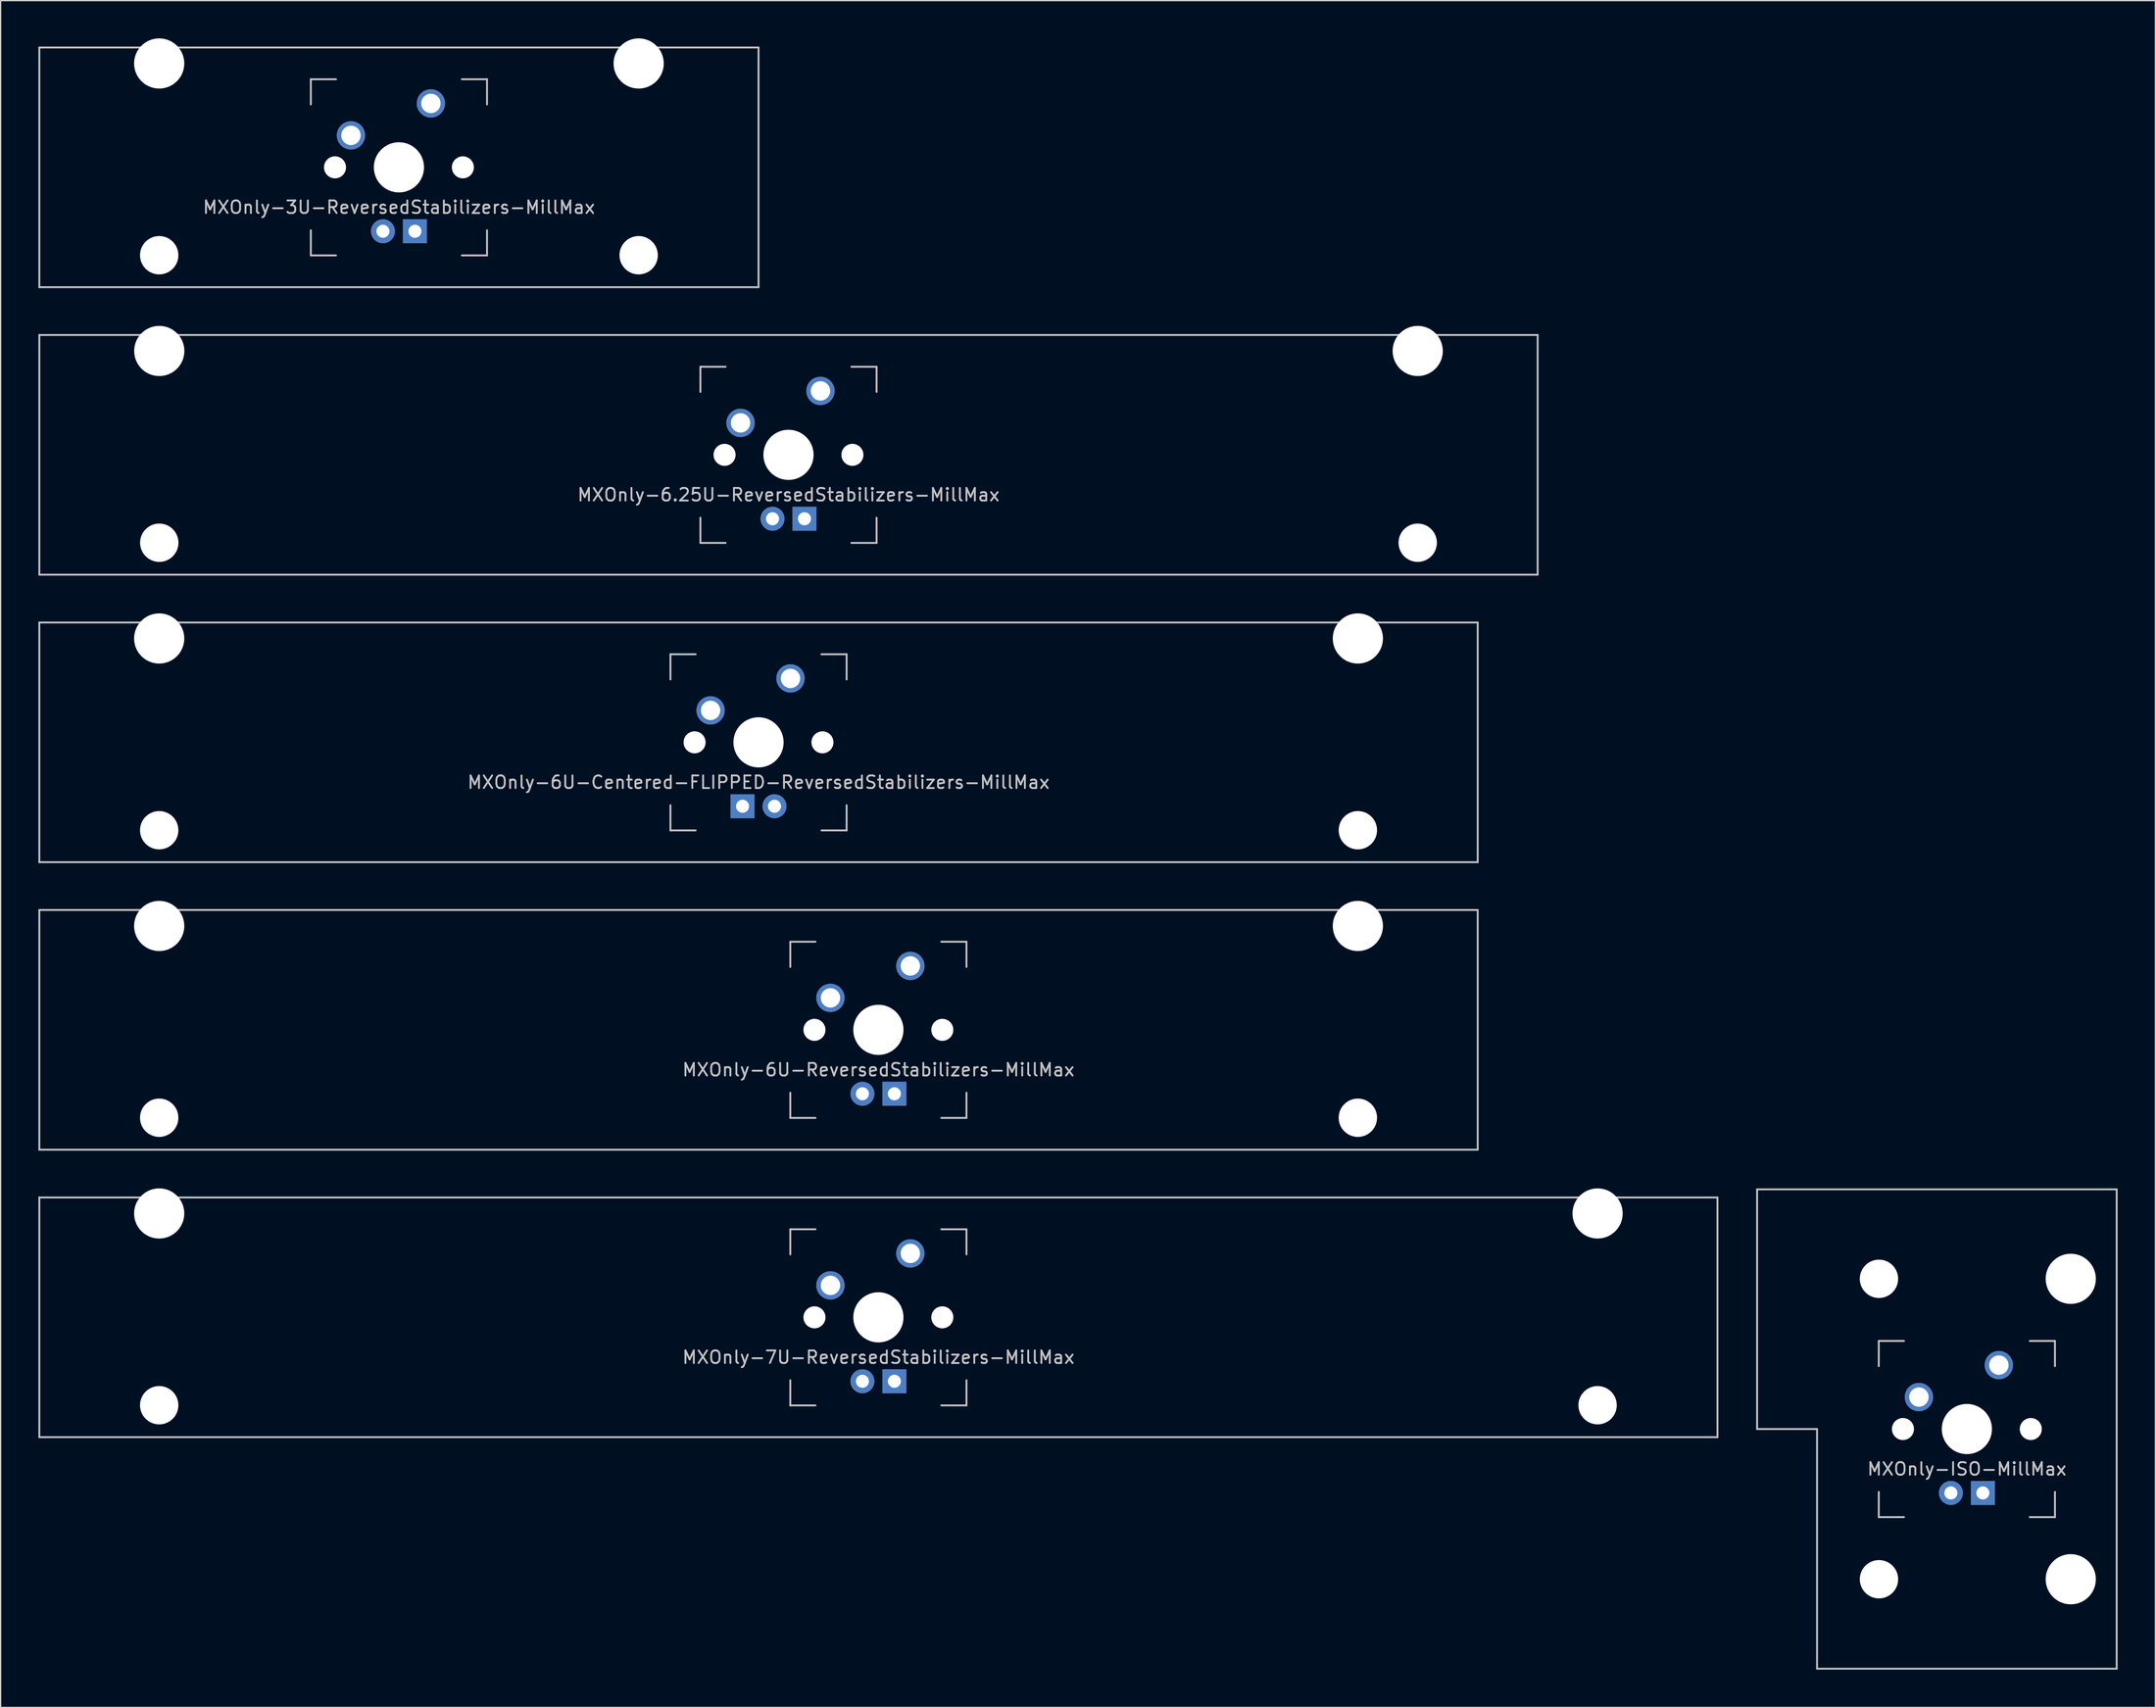
<source format=kicad_pcb>
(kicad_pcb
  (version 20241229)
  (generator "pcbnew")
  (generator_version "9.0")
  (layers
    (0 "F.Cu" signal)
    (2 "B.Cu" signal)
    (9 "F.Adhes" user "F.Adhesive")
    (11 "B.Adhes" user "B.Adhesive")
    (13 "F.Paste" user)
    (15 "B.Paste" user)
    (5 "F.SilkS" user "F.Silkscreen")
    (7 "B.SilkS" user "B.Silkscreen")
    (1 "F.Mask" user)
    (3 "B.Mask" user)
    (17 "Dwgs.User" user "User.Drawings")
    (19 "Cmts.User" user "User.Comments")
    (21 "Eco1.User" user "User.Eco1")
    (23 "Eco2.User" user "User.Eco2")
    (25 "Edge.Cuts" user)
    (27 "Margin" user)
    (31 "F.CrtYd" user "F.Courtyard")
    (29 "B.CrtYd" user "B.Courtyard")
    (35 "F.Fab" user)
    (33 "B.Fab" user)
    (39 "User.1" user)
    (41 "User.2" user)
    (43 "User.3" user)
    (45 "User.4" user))
  (footprint "MXOnly-6U-Centered-FLIPPED-ReversedStabilizers-MillMax"
    (layer "F.Cu")
    (at 57.225 55.947)
    (property "Reference" "MXOnly-6U-Centered-FLIPPED-ReversedStabilizers-MillMax" (at 0 3.175 0) (layer "Dwgs.User") (effects (font (size 1 1) (thickness 0.15))))
    (attr through_hole)
    (fp_line (start -57.15 -9.525) (end 57.15 -9.525) (stroke (width 0.15) (type solid)) (layer "Dwgs.User"))
    (fp_line (start -57.15 9.525) (end -57.15 -9.525) (stroke (width 0.15) (type solid)) (layer "Dwgs.User"))
    (fp_line (start -57.15 9.525) (end 57.15 9.525) (stroke (width 0.15) (type solid)) (layer "Dwgs.User"))
    (fp_line (start -7 -7) (end -7 -5) (stroke (width 0.15) (type solid)) (layer "Dwgs.User"))
    (fp_line (start -7 5) (end -7 7) (stroke (width 0.15) (type solid)) (layer "Dwgs.User"))
    (fp_line (start -7 7) (end -5 7) (stroke (width 0.15) (type solid)) (layer "Dwgs.User"))
    (fp_line (start -5 -7) (end -7 -7) (stroke (width 0.15) (type solid)) (layer "Dwgs.User"))
    (fp_line (start 5 -7) (end 7 -7) (stroke (width 0.15) (type solid)) (layer "Dwgs.User"))
    (fp_line (start 5 7) (end 7 7) (stroke (width 0.15) (type solid)) (layer "Dwgs.User"))
    (fp_line (start 7 -7) (end 7 -5) (stroke (width 0.15) (type solid)) (layer "Dwgs.User"))
    (fp_line (start 7 7) (end 7 5) (stroke (width 0.15) (type solid)) (layer "Dwgs.User"))
    (fp_line (start 57.15 -9.525) (end 57.15 9.525) (stroke (width 0.15) (type solid)) (layer "Dwgs.User"))
    (pad "" np_thru_hole circle (at -47.625 -8.255) (size 3.988 3.988) (drill 3.988) (layers "*.Cu" "*.Mask"))
    (pad "" np_thru_hole circle (at -47.625 6.985) (size 3.048 3.048) (drill 3.048) (layers "*.Cu" "*.Mask"))
    (pad "" np_thru_hole circle (at -5.08 0 48.1) (size 1.75 1.75) (drill 1.75) (layers "*.Cu" "*.Mask"))
    (pad "" np_thru_hole circle (at 0 0) (size 3.988 3.988) (drill 3.988) (layers "*.Cu" "*.Mask"))
    (pad "" np_thru_hole circle (at 5.08 0 48.1) (size 1.75 1.75) (drill 1.75) (layers "*.Cu" "*.Mask"))
    (pad "" np_thru_hole circle (at 47.625 -8.255) (size 3.988 3.988) (drill 3.988) (layers "*.Cu" "*.Mask"))
    (pad "" np_thru_hole circle (at 47.625 6.985) (size 3.048 3.048) (drill 3.048) (layers "*.Cu" "*.Mask"))
    (pad "1" thru_hole circle (at -3.81 -2.54) (size 2.25 2.25) (drill 1.54) (layers "*.Cu" "B.Mask"))
    (pad "2" thru_hole circle (at 2.54 -5.08) (size 2.25 2.25) (drill 1.54) (layers "*.Cu" "B.Mask"))
    (pad "3" thru_hole circle (at 1.27 5.08) (size 1.905 1.905) (drill 1.04) (layers "*.Cu" "B.Mask"))
    (pad "4" thru_hole rect (at -1.27 5.08) (size 1.905 1.905) (drill 1.04) (layers "*.Cu" "B.Mask")))
  (footprint "MXOnly-3U-ReversedStabilizers-MillMax"
    (layer "F.Cu")
    (at 28.65 10.249)
    (property "Reference" "MXOnly-3U-ReversedStabilizers-MillMax" (at 0 3.175 0) (layer "Dwgs.User") (effects (font (size 1 1) (thickness 0.15))))
    (attr through_hole)
    (fp_line (start -28.575 -9.525) (end 28.575 -9.525) (stroke (width 0.15) (type solid)) (layer "Dwgs.User"))
    (fp_line (start -28.575 9.525) (end -28.575 -9.525) (stroke (width 0.15) (type solid)) (layer "Dwgs.User"))
    (fp_line (start -28.575 9.525) (end 28.575 9.525) (stroke (width 0.15) (type solid)) (layer "Dwgs.User"))
    (fp_line (start -7 -7) (end -7 -5) (stroke (width 0.15) (type solid)) (layer "Dwgs.User"))
    (fp_line (start -7 5) (end -7 7) (stroke (width 0.15) (type solid)) (layer "Dwgs.User"))
    (fp_line (start -7 7) (end -5 7) (stroke (width 0.15) (type solid)) (layer "Dwgs.User"))
    (fp_line (start -5 -7) (end -7 -7) (stroke (width 0.15) (type solid)) (layer "Dwgs.User"))
    (fp_line (start 5 -7) (end 7 -7) (stroke (width 0.15) (type solid)) (layer "Dwgs.User"))
    (fp_line (start 5 7) (end 7 7) (stroke (width 0.15) (type solid)) (layer "Dwgs.User"))
    (fp_line (start 7 -7) (end 7 -5) (stroke (width 0.15) (type solid)) (layer "Dwgs.User"))
    (fp_line (start 7 7) (end 7 5) (stroke (width 0.15) (type solid)) (layer "Dwgs.User"))
    (fp_line (start 28.575 -9.525) (end 28.575 9.525) (stroke (width 0.15) (type solid)) (layer "Dwgs.User"))
    (pad "" np_thru_hole circle (at -19.05 -8.255) (size 3.988 3.988) (drill 3.988) (layers "*.Cu" "*.Mask"))
    (pad "" np_thru_hole circle (at -19.05 6.985) (size 3.048 3.048) (drill 3.048) (layers "*.Cu" "*.Mask"))
    (pad "" np_thru_hole circle (at -5.08 0 48.1) (size 1.75 1.75) (drill 1.75) (layers "*.Cu" "*.Mask"))
    (pad "" np_thru_hole circle (at 0 0) (size 3.988 3.988) (drill 3.988) (layers "*.Cu" "*.Mask"))
    (pad "" np_thru_hole circle (at 5.08 0 48.1) (size 1.75 1.75) (drill 1.75) (layers "*.Cu" "*.Mask"))
    (pad "" np_thru_hole circle (at 19.05 -8.255) (size 3.988 3.988) (drill 3.988) (layers "*.Cu" "*.Mask"))
    (pad "" np_thru_hole circle (at 19.05 6.985) (size 3.048 3.048) (drill 3.048) (layers "*.Cu" "*.Mask"))
    (pad "1" thru_hole circle (at -3.81 -2.54 48.1) (size 2.25 2.25) (drill 1.54) (layers "*.Cu" "B.Mask"))
    (pad "2" thru_hole circle (at 2.54 -5.08) (size 2.25 2.25) (drill 1.54) (layers "*.Cu" "B.Mask"))
    (pad "3" thru_hole circle (at -1.27 5.08) (size 1.905 1.905) (drill 1.04) (layers "*.Cu" "B.Mask"))
    (pad "4" thru_hole rect (at 1.27 5.08) (size 1.905 1.905) (drill 1.04) (layers "*.Cu" "B.Mask")))
  (footprint "MXOnly-ISO-MillMax"
    (layer "F.Cu")
    (at 153.244 110.521)
    (property "Reference" "MXOnly-ISO-MillMax" (at 0 3.175 0) (layer "Dwgs.User") (effects (font (size 1 1) (thickness 0.15))))
    (attr through_hole)
    (fp_line (start -16.669 -19.05) (end -16.669 0) (stroke (width 0.15) (type solid)) (layer "Dwgs.User"))
    (fp_line (start -16.669 -19.05) (end 11.906 -19.05) (stroke (width 0.15) (type solid)) (layer "Dwgs.User"))
    (fp_line (start -11.906 0) (end -16.669 0) (stroke (width 0.15) (type solid)) (layer "Dwgs.User"))
    (fp_line (start -11.906 19.05) (end -11.906 0) (stroke (width 0.15) (type solid)) (layer "Dwgs.User"))
    (fp_line (start -11.906 19.05) (end 11.906 19.05) (stroke (width 0.15) (type solid)) (layer "Dwgs.User"))
    (fp_line (start -7 -7) (end -7 -5) (stroke (width 0.15) (type solid)) (layer "Dwgs.User"))
    (fp_line (start -7 5) (end -7 7) (stroke (width 0.15) (type solid)) (layer "Dwgs.User"))
    (fp_line (start -7 7) (end -5 7) (stroke (width 0.15) (type solid)) (layer "Dwgs.User"))
    (fp_line (start -5 -7) (end -7 -7) (stroke (width 0.15) (type solid)) (layer "Dwgs.User"))
    (fp_line (start 5 -7) (end 7 -7) (stroke (width 0.15) (type solid)) (layer "Dwgs.User"))
    (fp_line (start 5 7) (end 7 7) (stroke (width 0.15) (type solid)) (layer "Dwgs.User"))
    (fp_line (start 7 -7) (end 7 -5) (stroke (width 0.15) (type solid)) (layer "Dwgs.User"))
    (fp_line (start 7 7) (end 7 5) (stroke (width 0.15) (type solid)) (layer "Dwgs.User"))
    (fp_line (start 11.906 -19.05) (end 11.906 19.05) (stroke (width 0.15) (type solid)) (layer "Dwgs.User"))
    (pad "" np_thru_hole circle (at -6.985 -11.938) (size 3.048 3.048) (drill 3.048) (layers "*.Cu" "*.Mask"))
    (pad "" np_thru_hole circle (at -6.985 11.938) (size 3.048 3.048) (drill 3.048) (layers "*.Cu" "*.Mask"))
    (pad "" np_thru_hole circle (at -5.08 0 48.1) (size 1.75 1.75) (drill 1.75) (layers "*.Cu" "*.Mask"))
    (pad "" np_thru_hole circle (at 0 0) (size 3.988 3.988) (drill 3.988) (layers "*.Cu" "*.Mask"))
    (pad "" np_thru_hole circle (at 5.08 0 48.1) (size 1.75 1.75) (drill 1.75) (layers "*.Cu" "*.Mask"))
    (pad "" np_thru_hole circle (at 8.255 -11.938) (size 3.988 3.988) (drill 3.988) (layers "*.Cu" "*.Mask"))
    (pad "" np_thru_hole circle (at 8.255 11.938) (size 3.988 3.988) (drill 3.988) (layers "*.Cu" "*.Mask"))
    (pad "1" thru_hole circle (at -3.81 -2.54) (size 2.25 2.25) (drill 1.54) (layers "*.Cu" "B.Mask"))
    (pad "2" thru_hole circle (at 2.54 -5.08) (size 2.25 2.25) (drill 1.54) (layers "*.Cu" "B.Mask"))
    (pad "3" thru_hole circle (at -1.27 5.08) (size 1.905 1.905) (drill 1.04) (layers "*.Cu" "B.Mask"))
    (pad "4" thru_hole rect (at 1.27 5.08) (size 1.905 1.905) (drill 1.04) (layers "*.Cu" "B.Mask")))
  (footprint "MXOnly-6U-ReversedStabilizers-MillMax"
    (layer "F.Cu")
    (at 57.225 78.796)
    (property "Reference" "MXOnly-6U-ReversedStabilizers-MillMax" (at 9.525 3.175 0) (layer "Dwgs.User") (effects (font (size 1 1) (thickness 0.15))))
    (attr through_hole)
    (fp_line (start -57.15 -9.525) (end 57.15 -9.525) (stroke (width 0.15) (type solid)) (layer "Dwgs.User"))
    (fp_line (start -57.15 9.525) (end -57.15 -9.525) (stroke (width 0.15) (type solid)) (layer "Dwgs.User"))
    (fp_line (start -57.15 9.525) (end 57.15 9.525) (stroke (width 0.15) (type solid)) (layer "Dwgs.User"))
    (fp_line (start 2.525 -7) (end 2.525 -5) (stroke (width 0.15) (type solid)) (layer "Dwgs.User"))
    (fp_line (start 2.525 5) (end 2.525 7) (stroke (width 0.15) (type solid)) (layer "Dwgs.User"))
    (fp_line (start 2.525 7) (end 4.525 7) (stroke (width 0.15) (type solid)) (layer "Dwgs.User"))
    (fp_line (start 4.525 -7) (end 2.525 -7) (stroke (width 0.15) (type solid)) (layer "Dwgs.User"))
    (fp_line (start 14.525 -7) (end 16.525 -7) (stroke (width 0.15) (type solid)) (layer "Dwgs.User"))
    (fp_line (start 14.525 7) (end 16.525 7) (stroke (width 0.15) (type solid)) (layer "Dwgs.User"))
    (fp_line (start 16.525 -7) (end 16.525 -5) (stroke (width 0.15) (type solid)) (layer "Dwgs.User"))
    (fp_line (start 16.525 7) (end 16.525 5) (stroke (width 0.15) (type solid)) (layer "Dwgs.User"))
    (fp_line (start 57.15 -9.525) (end 57.15 9.525) (stroke (width 0.15) (type solid)) (layer "Dwgs.User"))
    (pad "" np_thru_hole circle (at -47.625 -8.255) (size 3.988 3.988) (drill 3.988) (layers "*.Cu" "*.Mask"))
    (pad "" np_thru_hole circle (at -47.625 6.985) (size 3.048 3.048) (drill 3.048) (layers "*.Cu" "*.Mask"))
    (pad "" np_thru_hole circle (at 4.445 0 48.1) (size 1.75 1.75) (drill 1.75) (layers "*.Cu" "*.Mask"))
    (pad "" np_thru_hole circle (at 9.525 0) (size 3.988 3.988) (drill 3.988) (layers "*.Cu" "*.Mask"))
    (pad "" np_thru_hole circle (at 14.605 0 48.1) (size 1.75 1.75) (drill 1.75) (layers "*.Cu" "*.Mask"))
    (pad "" np_thru_hole circle (at 47.625 -8.255) (size 3.988 3.988) (drill 3.988) (layers "*.Cu" "*.Mask"))
    (pad "" np_thru_hole circle (at 47.625 6.985) (size 3.048 3.048) (drill 3.048) (layers "*.Cu" "*.Mask"))
    (pad "1" thru_hole circle (at 5.715 -2.54) (size 2.25 2.25) (drill 1.54) (layers "*.Cu" "B.Mask"))
    (pad "2" thru_hole circle (at 12.065 -5.08) (size 2.25 2.25) (drill 1.54) (layers "*.Cu" "B.Mask"))
    (pad "3" thru_hole circle (at 8.255 5.08) (size 1.905 1.905) (drill 1.04) (layers "*.Cu" "B.Mask"))
    (pad "4" thru_hole rect (at 10.795 5.08) (size 1.905 1.905) (drill 1.04) (layers "*.Cu" "B.Mask")))
  (footprint "MXOnly-6.25U-ReversedStabilizers-MillMax"
    (layer "F.Cu")
    (at 59.606 33.098)
    (property "Reference" "MXOnly-6.25U-ReversedStabilizers-MillMax" (at 0 3.175 0) (layer "Dwgs.User") (effects (font (size 1 1) (thickness 0.15))))
    (attr through_hole)
    (fp_line (start -59.531 -9.525) (end 59.531 -9.525) (stroke (width 0.15) (type solid)) (layer "Dwgs.User"))
    (fp_line (start -59.531 9.525) (end -59.531 -9.525) (stroke (width 0.15) (type solid)) (layer "Dwgs.User"))
    (fp_line (start -59.531 9.525) (end 59.531 9.525) (stroke (width 0.15) (type solid)) (layer "Dwgs.User"))
    (fp_line (start -7 -7) (end -7 -5) (stroke (width 0.15) (type solid)) (layer "Dwgs.User"))
    (fp_line (start -7 5) (end -7 7) (stroke (width 0.15) (type solid)) (layer "Dwgs.User"))
    (fp_line (start -7 7) (end -5 7) (stroke (width 0.15) (type solid)) (layer "Dwgs.User"))
    (fp_line (start -5 -7) (end -7 -7) (stroke (width 0.15) (type solid)) (layer "Dwgs.User"))
    (fp_line (start 5 -7) (end 7 -7) (stroke (width 0.15) (type solid)) (layer "Dwgs.User"))
    (fp_line (start 5 7) (end 7 7) (stroke (width 0.15) (type solid)) (layer "Dwgs.User"))
    (fp_line (start 7 -7) (end 7 -5) (stroke (width 0.15) (type solid)) (layer "Dwgs.User"))
    (fp_line (start 7 7) (end 7 5) (stroke (width 0.15) (type solid)) (layer "Dwgs.User"))
    (fp_line (start 59.531 -9.525) (end 59.531 9.525) (stroke (width 0.15) (type solid)) (layer "Dwgs.User"))
    (pad "" np_thru_hole circle (at -50 -8.255) (size 3.988 3.988) (drill 3.988) (layers "*.Cu" "*.Mask"))
    (pad "" np_thru_hole circle (at -50 6.985) (size 3.048 3.048) (drill 3.048) (layers "*.Cu" "*.Mask"))
    (pad "" np_thru_hole circle (at -5.08 0 48.1) (size 1.75 1.75) (drill 1.75) (layers "*.Cu" "*.Mask"))
    (pad "" np_thru_hole circle (at 0 0) (size 3.988 3.988) (drill 3.988) (layers "*.Cu" "*.Mask"))
    (pad "" np_thru_hole circle (at 5.08 0 48.1) (size 1.75 1.75) (drill 1.75) (layers "*.Cu" "*.Mask"))
    (pad "" np_thru_hole circle (at 50 -8.255) (size 3.988 3.988) (drill 3.988) (layers "*.Cu" "*.Mask"))
    (pad "" np_thru_hole circle (at 50 6.985) (size 3.048 3.048) (drill 3.048) (layers "*.Cu" "*.Mask"))
    (pad "1" thru_hole circle (at -3.81 -2.54) (size 2.25 2.25) (drill 1.54) (layers "*.Cu" "B.Mask"))
    (pad "2" thru_hole circle (at 2.54 -5.08) (size 2.25 2.25) (drill 1.54) (layers "*.Cu" "B.Mask"))
    (pad "3" thru_hole circle (at -1.27 5.08) (size 1.905 1.905) (drill 1.04) (layers "*.Cu" "B.Mask"))
    (pad "4" thru_hole rect (at 1.27 5.08) (size 1.905 1.905) (drill 1.04) (layers "*.Cu" "B.Mask")))
  (footprint "MXOnly-7U-ReversedStabilizers-MillMax"
    (layer "F.Cu")
    (at 66.75 101.644)
    (property "Reference" "MXOnly-7U-ReversedStabilizers-MillMax" (at 0 3.175 0) (layer "Dwgs.User") (effects (font (size 1 1) (thickness 0.15))))
    (attr through_hole)
    (fp_line (start -66.675 -9.525) (end 66.675 -9.525) (stroke (width 0.15) (type solid)) (layer "Dwgs.User"))
    (fp_line (start -66.675 9.525) (end -66.675 -9.525) (stroke (width 0.15) (type solid)) (layer "Dwgs.User"))
    (fp_line (start -66.675 9.525) (end 66.675 9.525) (stroke (width 0.15) (type solid)) (layer "Dwgs.User"))
    (fp_line (start -7 -7) (end -7 -5) (stroke (width 0.15) (type solid)) (layer "Dwgs.User"))
    (fp_line (start -7 5) (end -7 7) (stroke (width 0.15) (type solid)) (layer "Dwgs.User"))
    (fp_line (start -7 7) (end -5 7) (stroke (width 0.15) (type solid)) (layer "Dwgs.User"))
    (fp_line (start -5 -7) (end -7 -7) (stroke (width 0.15) (type solid)) (layer "Dwgs.User"))
    (fp_line (start 5 -7) (end 7 -7) (stroke (width 0.15) (type solid)) (layer "Dwgs.User"))
    (fp_line (start 5 7) (end 7 7) (stroke (width 0.15) (type solid)) (layer "Dwgs.User"))
    (fp_line (start 7 -7) (end 7 -5) (stroke (width 0.15) (type solid)) (layer "Dwgs.User"))
    (fp_line (start 7 7) (end 7 5) (stroke (width 0.15) (type solid)) (layer "Dwgs.User"))
    (fp_line (start 66.675 -9.525) (end 66.675 9.525) (stroke (width 0.15) (type solid)) (layer "Dwgs.User"))
    (pad "" np_thru_hole circle (at -57.15 -8.255) (size 3.988 3.988) (drill 3.988) (layers "*.Cu" "*.Mask"))
    (pad "" np_thru_hole circle (at -57.15 6.985) (size 3.048 3.048) (drill 3.048) (layers "*.Cu" "*.Mask"))
    (pad "" np_thru_hole circle (at -5.08 0 48.1) (size 1.75 1.75) (drill 1.75) (layers "*.Cu" "*.Mask"))
    (pad "" np_thru_hole circle (at 0 0) (size 3.988 3.988) (drill 3.988) (layers "*.Cu" "*.Mask"))
    (pad "" np_thru_hole circle (at 5.08 0 48.1) (size 1.75 1.75) (drill 1.75) (layers "*.Cu" "*.Mask"))
    (pad "" np_thru_hole circle (at 57.15 -8.255) (size 3.988 3.988) (drill 3.988) (layers "*.Cu" "*.Mask"))
    (pad "" np_thru_hole circle (at 57.15 6.985) (size 3.048 3.048) (drill 3.048) (layers "*.Cu" "*.Mask"))
    (pad "1" thru_hole circle (at -3.81 -2.54) (size 2.25 2.25) (drill 1.54) (layers "*.Cu" "B.Mask"))
    (pad "2" thru_hole circle (at 2.54 -5.08) (size 2.25 2.25) (drill 1.54) (layers "*.Cu" "B.Mask"))
    (pad "3" thru_hole circle (at -1.27 5.08) (size 1.905 1.905) (drill 1.04) (layers "*.Cu" "B.Mask"))
    (pad "4" thru_hole rect (at 1.27 5.08) (size 1.905 1.905) (drill 1.04) (layers "*.Cu" "B.Mask")))
  (gr_rect
    (start -3 -3)
    (end 168.225 132.646)
    (stroke (width 0.1) (type default))
    (fill no)
    (layer "Edge.Cuts")))
</source>
